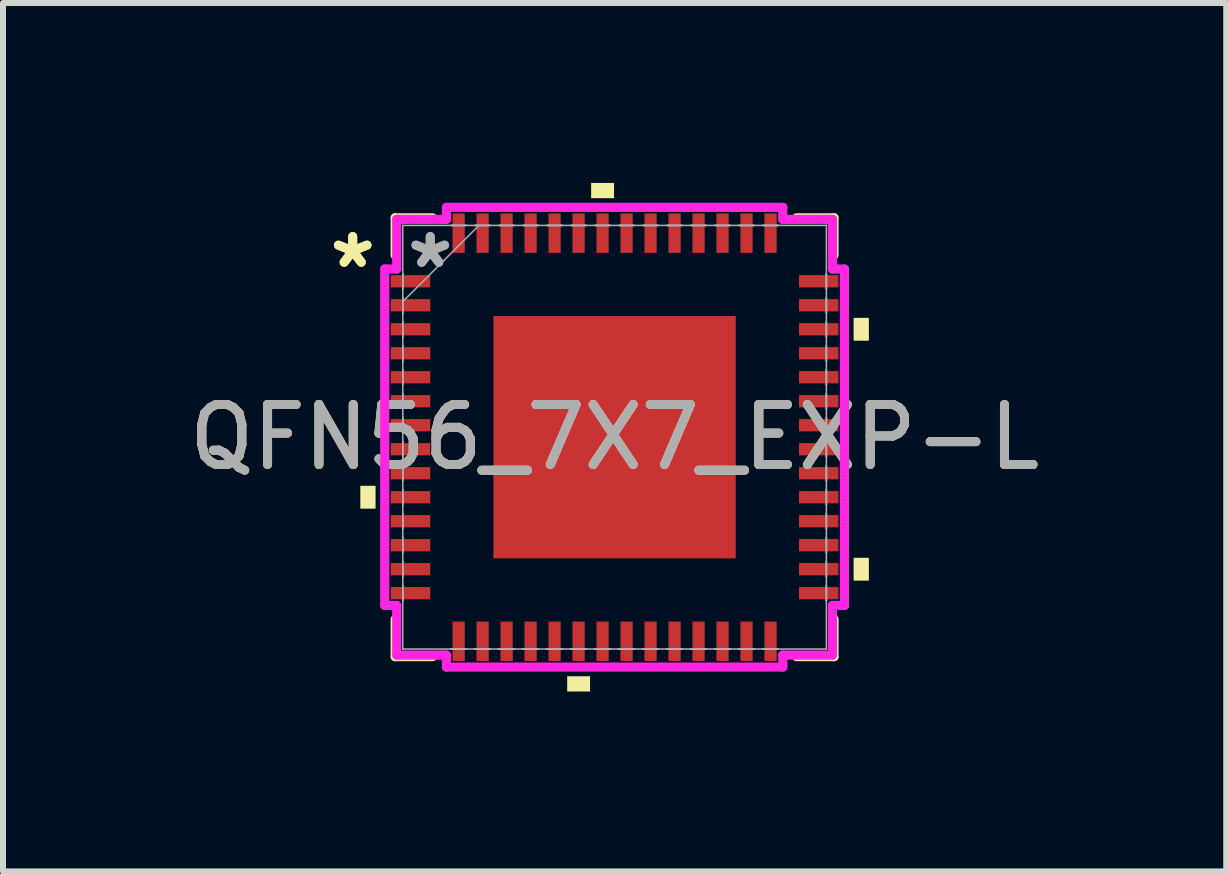
<source format=kicad_pcb>
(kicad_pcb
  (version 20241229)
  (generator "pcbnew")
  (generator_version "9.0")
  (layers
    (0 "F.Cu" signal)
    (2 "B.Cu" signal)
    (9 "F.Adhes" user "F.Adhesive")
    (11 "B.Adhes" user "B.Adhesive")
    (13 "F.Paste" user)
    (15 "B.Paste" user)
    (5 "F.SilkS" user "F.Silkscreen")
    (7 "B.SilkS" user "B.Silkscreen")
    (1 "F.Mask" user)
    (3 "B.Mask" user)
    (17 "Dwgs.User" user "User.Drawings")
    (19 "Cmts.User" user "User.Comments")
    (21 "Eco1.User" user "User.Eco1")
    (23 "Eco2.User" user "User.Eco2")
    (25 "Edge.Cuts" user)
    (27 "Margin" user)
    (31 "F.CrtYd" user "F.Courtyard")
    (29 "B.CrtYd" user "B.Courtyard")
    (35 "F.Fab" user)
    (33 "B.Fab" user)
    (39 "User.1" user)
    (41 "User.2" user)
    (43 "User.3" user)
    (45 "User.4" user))
  (footprint "QFN56_7X7_EXP-L"
    (layer "F.Cu")
    (at 7.196 4.239)
    (property "Reference" "QFN56_7X7_EXP-L" (at 0 0 0) (unlocked yes) (layer "F.SilkS") (effects (font (size 1 1) (thickness 0.15))))
    (attr smd)
    (fp_line (start -3.658 -3.658) (end -3.658 -3.035) (stroke (width 0.152) (type solid)) (layer "F.SilkS"))
    (fp_line (start -3.658 3.035) (end -3.658 3.658) (stroke (width 0.152) (type solid)) (layer "F.SilkS"))
    (fp_line (start -3.658 3.658) (end -3.035 3.658) (stroke (width 0.152) (type solid)) (layer "F.SilkS"))
    (fp_line (start -3.035 -3.658) (end -3.658 -3.658) (stroke (width 0.152) (type solid)) (layer "F.SilkS"))
    (fp_line (start 3.035 3.658) (end 3.658 3.658) (stroke (width 0.152) (type solid)) (layer "F.SilkS"))
    (fp_line (start 3.658 -3.658) (end 3.035 -3.658) (stroke (width 0.152) (type solid)) (layer "F.SilkS"))
    (fp_line (start 3.658 -3.035) (end 3.658 -3.658) (stroke (width 0.152) (type solid)) (layer "F.SilkS"))
    (fp_line (start 3.658 3.658) (end 3.658 3.035) (stroke (width 0.152) (type solid)) (layer "F.SilkS"))
    (fp_poly (pts (xy -4.239 0.81) (xy -4.239 1.191) (xy -3.985 1.191) (xy -3.985 0.81)) (stroke (width 0) (type solid)) (fill yes) (layer "F.SilkS"))
    (fp_poly (pts (xy -0.79 3.985) (xy -0.79 4.239) (xy -0.409 4.239) (xy -0.409 3.985)) (stroke (width 0) (type solid)) (fill yes) (layer "F.SilkS"))
    (fp_poly (pts (xy -0.391 -3.985) (xy -0.391 -4.239) (xy -0.009 -4.239) (xy -0.009 -3.985)) (stroke (width 0) (type solid)) (fill yes) (layer "F.SilkS"))
    (fp_poly (pts (xy 4.239 -1.99) (xy 4.239 -1.609) (xy 3.985 -1.609) (xy 3.985 -1.99)) (stroke (width 0) (type solid)) (fill yes) (layer "F.SilkS"))
    (fp_poly (pts (xy 4.239 2.01) (xy 4.239 2.391) (xy 3.985 2.391) (xy 3.985 2.01)) (stroke (width 0) (type solid)) (fill yes) (layer "F.SilkS"))
    (fp_poly (pts (xy -1.919 -1.919) (xy -1.919 -0.773) (xy -0.773 -0.773) (xy -0.773 -1.919)) (stroke (width 0) (type solid)) (fill yes) (layer "F.Paste"))
    (fp_poly (pts (xy -1.919 -0.573) (xy -1.919 0.573) (xy -0.773 0.573) (xy -0.773 -0.573)) (stroke (width 0) (type solid)) (fill yes) (layer "F.Paste"))
    (fp_poly (pts (xy -1.919 0.773) (xy -1.919 1.919) (xy -0.773 1.919) (xy -0.773 0.773)) (stroke (width 0) (type solid)) (fill yes) (layer "F.Paste"))
    (fp_poly (pts (xy -0.573 -1.919) (xy -0.573 -0.773) (xy 0.573 -0.773) (xy 0.573 -1.919)) (stroke (width 0) (type solid)) (fill yes) (layer "F.Paste"))
    (fp_poly (pts (xy -0.573 -0.573) (xy -0.573 0.573) (xy 0.573 0.573) (xy 0.573 -0.573)) (stroke (width 0) (type solid)) (fill yes) (layer "F.Paste"))
    (fp_poly (pts (xy -0.573 0.773) (xy -0.573 1.919) (xy 0.573 1.919) (xy 0.573 0.773)) (stroke (width 0) (type solid)) (fill yes) (layer "F.Paste"))
    (fp_poly (pts (xy 0.773 -1.919) (xy 0.773 -0.773) (xy 1.919 -0.773) (xy 1.919 -1.919)) (stroke (width 0) (type solid)) (fill yes) (layer "F.Paste"))
    (fp_poly (pts (xy 0.773 -0.573) (xy 0.773 0.573) (xy 1.919 0.573) (xy 1.919 -0.573)) (stroke (width 0) (type solid)) (fill yes) (layer "F.Paste"))
    (fp_poly (pts (xy 0.773 0.773) (xy 0.773 1.919) (xy 1.919 1.919) (xy 1.919 0.773)) (stroke (width 0) (type solid)) (fill yes) (layer "F.Paste"))
    (fp_line (start -3.832 -2.804) (end -3.632 -2.804) (stroke (width 0.152) (type solid)) (layer "F.CrtYd"))
    (fp_line (start -3.832 2.804) (end -3.832 -2.804) (stroke (width 0.152) (type solid)) (layer "F.CrtYd"))
    (fp_line (start -3.632 -3.632) (end -2.804 -3.632) (stroke (width 0.152) (type solid)) (layer "F.CrtYd"))
    (fp_line (start -3.632 -2.804) (end -3.632 -3.632) (stroke (width 0.152) (type solid)) (layer "F.CrtYd"))
    (fp_line (start -3.632 2.804) (end -3.832 2.804) (stroke (width 0.152) (type solid)) (layer "F.CrtYd"))
    (fp_line (start -3.632 3.632) (end -3.632 2.804) (stroke (width 0.152) (type solid)) (layer "F.CrtYd"))
    (fp_line (start -2.804 -3.832) (end 2.804 -3.832) (stroke (width 0.152) (type solid)) (layer "F.CrtYd"))
    (fp_line (start -2.804 -3.632) (end -2.804 -3.832) (stroke (width 0.152) (type solid)) (layer "F.CrtYd"))
    (fp_line (start -2.804 3.632) (end -3.632 3.632) (stroke (width 0.152) (type solid)) (layer "F.CrtYd"))
    (fp_line (start -2.804 3.832) (end -2.804 3.632) (stroke (width 0.152) (type solid)) (layer "F.CrtYd"))
    (fp_line (start 2.804 -3.832) (end 2.804 -3.632) (stroke (width 0.152) (type solid)) (layer "F.CrtYd"))
    (fp_line (start 2.804 -3.632) (end 3.632 -3.632) (stroke (width 0.152) (type solid)) (layer "F.CrtYd"))
    (fp_line (start 2.804 3.632) (end 2.804 3.832) (stroke (width 0.152) (type solid)) (layer "F.CrtYd"))
    (fp_line (start 2.804 3.832) (end -2.804 3.832) (stroke (width 0.152) (type solid)) (layer "F.CrtYd"))
    (fp_line (start 3.632 -3.632) (end 3.632 -2.804) (stroke (width 0.152) (type solid)) (layer "F.CrtYd"))
    (fp_line (start 3.632 -2.804) (end 3.832 -2.804) (stroke (width 0.152) (type solid)) (layer "F.CrtYd"))
    (fp_line (start 3.632 2.804) (end 3.632 3.632) (stroke (width 0.152) (type solid)) (layer "F.CrtYd"))
    (fp_line (start 3.632 3.632) (end 2.804 3.632) (stroke (width 0.152) (type solid)) (layer "F.CrtYd"))
    (fp_line (start 3.832 -2.804) (end 3.832 2.804) (stroke (width 0.152) (type solid)) (layer "F.CrtYd"))
    (fp_line (start 3.832 2.804) (end 3.632 2.804) (stroke (width 0.152) (type solid)) (layer "F.CrtYd"))
    (fp_line (start -3.531 -3.531) (end -3.531 -3.531) (stroke (width 0.025) (type solid)) (layer "F.Fab"))
    (fp_line (start -3.531 -3.531) (end -3.531 3.531) (stroke (width 0.025) (type solid)) (layer "F.Fab"))
    (fp_line (start -3.531 -2.727) (end -3.531 -2.727) (stroke (width 0.025) (type solid)) (layer "F.Fab"))
    (fp_line (start -3.531 -2.727) (end -3.531 -2.473) (stroke (width 0.025) (type solid)) (layer "F.Fab"))
    (fp_line (start -3.531 -2.473) (end -3.531 -2.727) (stroke (width 0.025) (type solid)) (layer "F.Fab"))
    (fp_line (start -3.531 -2.473) (end -3.531 -2.473) (stroke (width 0.025) (type solid)) (layer "F.Fab"))
    (fp_line (start -3.531 -2.327) (end -3.531 -2.327) (stroke (width 0.025) (type solid)) (layer "F.Fab"))
    (fp_line (start -3.531 -2.327) (end -3.531 -2.073) (stroke (width 0.025) (type solid)) (layer "F.Fab"))
    (fp_line (start -3.531 -2.261) (end -2.261 -3.531) (stroke (width 0.025) (type solid)) (layer "F.Fab"))
    (fp_line (start -3.531 -2.073) (end -3.531 -2.327) (stroke (width 0.025) (type solid)) (layer "F.Fab"))
    (fp_line (start -3.531 -2.073) (end -3.531 -2.073) (stroke (width 0.025) (type solid)) (layer "F.Fab"))
    (fp_line (start -3.531 -1.927) (end -3.531 -1.927) (stroke (width 0.025) (type solid)) (layer "F.Fab"))
    (fp_line (start -3.531 -1.927) (end -3.531 -1.673) (stroke (width 0.025) (type solid)) (layer "F.Fab"))
    (fp_line (start -3.531 -1.673) (end -3.531 -1.927) (stroke (width 0.025) (type solid)) (layer "F.Fab"))
    (fp_line (start -3.531 -1.673) (end -3.531 -1.673) (stroke (width 0.025) (type solid)) (layer "F.Fab"))
    (fp_line (start -3.531 -1.527) (end -3.531 -1.527) (stroke (width 0.025) (type solid)) (layer "F.Fab"))
    (fp_line (start -3.531 -1.527) (end -3.531 -1.273) (stroke (width 0.025) (type solid)) (layer "F.Fab"))
    (fp_line (start -3.531 -1.273) (end -3.531 -1.527) (stroke (width 0.025) (type solid)) (layer "F.Fab"))
    (fp_line (start -3.531 -1.273) (end -3.531 -1.273) (stroke (width 0.025) (type solid)) (layer "F.Fab"))
    (fp_line (start -3.531 -1.127) (end -3.531 -1.127) (stroke (width 0.025) (type solid)) (layer "F.Fab"))
    (fp_line (start -3.531 -1.127) (end -3.531 -0.873) (stroke (width 0.025) (type solid)) (layer "F.Fab"))
    (fp_line (start -3.531 -0.873) (end -3.531 -1.127) (stroke (width 0.025) (type solid)) (layer "F.Fab"))
    (fp_line (start -3.531 -0.873) (end -3.531 -0.873) (stroke (width 0.025) (type solid)) (layer "F.Fab"))
    (fp_line (start -3.531 -0.727) (end -3.531 -0.727) (stroke (width 0.025) (type solid)) (layer "F.Fab"))
    (fp_line (start -3.531 -0.727) (end -3.531 -0.473) (stroke (width 0.025) (type solid)) (layer "F.Fab"))
    (fp_line (start -3.531 -0.473) (end -3.531 -0.727) (stroke (width 0.025) (type solid)) (layer "F.Fab"))
    (fp_line (start -3.531 -0.473) (end -3.531 -0.473) (stroke (width 0.025) (type solid)) (layer "F.Fab"))
    (fp_line (start -3.531 -0.327) (end -3.531 -0.327) (stroke (width 0.025) (type solid)) (layer "F.Fab"))
    (fp_line (start -3.531 -0.327) (end -3.531 -0.073) (stroke (width 0.025) (type solid)) (layer "F.Fab"))
    (fp_line (start -3.531 -0.073) (end -3.531 -0.327) (stroke (width 0.025) (type solid)) (layer "F.Fab"))
    (fp_line (start -3.531 -0.073) (end -3.531 -0.073) (stroke (width 0.025) (type solid)) (layer "F.Fab"))
    (fp_line (start -3.531 0.073) (end -3.531 0.073) (stroke (width 0.025) (type solid)) (layer "F.Fab"))
    (fp_line (start -3.531 0.073) (end -3.531 0.327) (stroke (width 0.025) (type solid)) (layer "F.Fab"))
    (fp_line (start -3.531 0.327) (end -3.531 0.073) (stroke (width 0.025) (type solid)) (layer "F.Fab"))
    (fp_line (start -3.531 0.327) (end -3.531 0.327) (stroke (width 0.025) (type solid)) (layer "F.Fab"))
    (fp_line (start -3.531 0.473) (end -3.531 0.473) (stroke (width 0.025) (type solid)) (layer "F.Fab"))
    (fp_line (start -3.531 0.473) (end -3.531 0.727) (stroke (width 0.025) (type solid)) (layer "F.Fab"))
    (fp_line (start -3.531 0.727) (end -3.531 0.473) (stroke (width 0.025) (type solid)) (layer "F.Fab"))
    (fp_line (start -3.531 0.727) (end -3.531 0.727) (stroke (width 0.025) (type solid)) (layer "F.Fab"))
    (fp_line (start -3.531 0.873) (end -3.531 0.873) (stroke (width 0.025) (type solid)) (layer "F.Fab"))
    (fp_line (start -3.531 0.873) (end -3.531 1.127) (stroke (width 0.025) (type solid)) (layer "F.Fab"))
    (fp_line (start -3.531 1.127) (end -3.531 0.873) (stroke (width 0.025) (type solid)) (layer "F.Fab"))
    (fp_line (start -3.531 1.127) (end -3.531 1.127) (stroke (width 0.025) (type solid)) (layer "F.Fab"))
    (fp_line (start -3.531 1.273) (end -3.531 1.273) (stroke (width 0.025) (type solid)) (layer "F.Fab"))
    (fp_line (start -3.531 1.273) (end -3.531 1.527) (stroke (width 0.025) (type solid)) (layer "F.Fab"))
    (fp_line (start -3.531 1.527) (end -3.531 1.273) (stroke (width 0.025) (type solid)) (layer "F.Fab"))
    (fp_line (start -3.531 1.527) (end -3.531 1.527) (stroke (width 0.025) (type solid)) (layer "F.Fab"))
    (fp_line (start -3.531 1.673) (end -3.531 1.673) (stroke (width 0.025) (type solid)) (layer "F.Fab"))
    (fp_line (start -3.531 1.673) (end -3.531 1.927) (stroke (width 0.025) (type solid)) (layer "F.Fab"))
    (fp_line (start -3.531 1.927) (end -3.531 1.673) (stroke (width 0.025) (type solid)) (layer "F.Fab"))
    (fp_line (start -3.531 1.927) (end -3.531 1.927) (stroke (width 0.025) (type solid)) (layer "F.Fab"))
    (fp_line (start -3.531 2.073) (end -3.531 2.073) (stroke (width 0.025) (type solid)) (layer "F.Fab"))
    (fp_line (start -3.531 2.073) (end -3.531 2.327) (stroke (width 0.025) (type solid)) (layer "F.Fab"))
    (fp_line (start -3.531 2.327) (end -3.531 2.073) (stroke (width 0.025) (type solid)) (layer "F.Fab"))
    (fp_line (start -3.531 2.327) (end -3.531 2.327) (stroke (width 0.025) (type solid)) (layer "F.Fab"))
    (fp_line (start -3.531 2.473) (end -3.531 2.473) (stroke (width 0.025) (type solid)) (layer "F.Fab"))
    (fp_line (start -3.531 2.473) (end -3.531 2.727) (stroke (width 0.025) (type solid)) (layer "F.Fab"))
    (fp_line (start -3.531 2.727) (end -3.531 2.473) (stroke (width 0.025) (type solid)) (layer "F.Fab"))
    (fp_line (start -3.531 2.727) (end -3.531 2.727) (stroke (width 0.025) (type solid)) (layer "F.Fab"))
    (fp_line (start -3.531 3.531) (end -3.531 3.531) (stroke (width 0.025) (type solid)) (layer "F.Fab"))
    (fp_line (start -3.531 3.531) (end 3.531 3.531) (stroke (width 0.025) (type solid)) (layer "F.Fab"))
    (fp_line (start -2.727 -3.531) (end -2.727 -3.531) (stroke (width 0.025) (type solid)) (layer "F.Fab"))
    (fp_line (start -2.727 -3.531) (end -2.473 -3.531) (stroke (width 0.025) (type solid)) (layer "F.Fab"))
    (fp_line (start -2.727 3.531) (end -2.727 3.531) (stroke (width 0.025) (type solid)) (layer "F.Fab"))
    (fp_line (start -2.727 3.531) (end -2.473 3.531) (stroke (width 0.025) (type solid)) (layer "F.Fab"))
    (fp_line (start -2.473 -3.531) (end -2.727 -3.531) (stroke (width 0.025) (type solid)) (layer "F.Fab"))
    (fp_line (start -2.473 -3.531) (end -2.473 -3.531) (stroke (width 0.025) (type solid)) (layer "F.Fab"))
    (fp_line (start -2.473 3.531) (end -2.727 3.531) (stroke (width 0.025) (type solid)) (layer "F.Fab"))
    (fp_line (start -2.473 3.531) (end -2.473 3.531) (stroke (width 0.025) (type solid)) (layer "F.Fab"))
    (fp_line (start -2.327 -3.531) (end -2.327 -3.531) (stroke (width 0.025) (type solid)) (layer "F.Fab"))
    (fp_line (start -2.327 -3.531) (end -2.073 -3.531) (stroke (width 0.025) (type solid)) (layer "F.Fab"))
    (fp_line (start -2.327 3.531) (end -2.327 3.531) (stroke (width 0.025) (type solid)) (layer "F.Fab"))
    (fp_line (start -2.327 3.531) (end -2.073 3.531) (stroke (width 0.025) (type solid)) (layer "F.Fab"))
    (fp_line (start -2.073 -3.531) (end -2.327 -3.531) (stroke (width 0.025) (type solid)) (layer "F.Fab"))
    (fp_line (start -2.073 -3.531) (end -2.073 -3.531) (stroke (width 0.025) (type solid)) (layer "F.Fab"))
    (fp_line (start -2.073 3.531) (end -2.327 3.531) (stroke (width 0.025) (type solid)) (layer "F.Fab"))
    (fp_line (start -2.073 3.531) (end -2.073 3.531) (stroke (width 0.025) (type solid)) (layer "F.Fab"))
    (fp_line (start -1.927 -3.531) (end -1.927 -3.531) (stroke (width 0.025) (type solid)) (layer "F.Fab"))
    (fp_line (start -1.927 -3.531) (end -1.673 -3.531) (stroke (width 0.025) (type solid)) (layer "F.Fab"))
    (fp_line (start -1.927 3.531) (end -1.927 3.531) (stroke (width 0.025) (type solid)) (layer "F.Fab"))
    (fp_line (start -1.927 3.531) (end -1.673 3.531) (stroke (width 0.025) (type solid)) (layer "F.Fab"))
    (fp_line (start -1.673 -3.531) (end -1.927 -3.531) (stroke (width 0.025) (type solid)) (layer "F.Fab"))
    (fp_line (start -1.673 -3.531) (end -1.673 -3.531) (stroke (width 0.025) (type solid)) (layer "F.Fab"))
    (fp_line (start -1.673 3.531) (end -1.927 3.531) (stroke (width 0.025) (type solid)) (layer "F.Fab"))
    (fp_line (start -1.673 3.531) (end -1.673 3.531) (stroke (width 0.025) (type solid)) (layer "F.Fab"))
    (fp_line (start -1.527 -3.531) (end -1.527 -3.531) (stroke (width 0.025) (type solid)) (layer "F.Fab"))
    (fp_line (start -1.527 -3.531) (end -1.273 -3.531) (stroke (width 0.025) (type solid)) (layer "F.Fab"))
    (fp_line (start -1.527 3.531) (end -1.527 3.531) (stroke (width 0.025) (type solid)) (layer "F.Fab"))
    (fp_line (start -1.527 3.531) (end -1.273 3.531) (stroke (width 0.025) (type solid)) (layer "F.Fab"))
    (fp_line (start -1.273 -3.531) (end -1.527 -3.531) (stroke (width 0.025) (type solid)) (layer "F.Fab"))
    (fp_line (start -1.273 -3.531) (end -1.273 -3.531) (stroke (width 0.025) (type solid)) (layer "F.Fab"))
    (fp_line (start -1.273 3.531) (end -1.527 3.531) (stroke (width 0.025) (type solid)) (layer "F.Fab"))
    (fp_line (start -1.273 3.531) (end -1.273 3.531) (stroke (width 0.025) (type solid)) (layer "F.Fab"))
    (fp_line (start -1.127 -3.531) (end -1.127 -3.531) (stroke (width 0.025) (type solid)) (layer "F.Fab"))
    (fp_line (start -1.127 -3.531) (end -0.873 -3.531) (stroke (width 0.025) (type solid)) (layer "F.Fab"))
    (fp_line (start -1.127 3.531) (end -1.127 3.531) (stroke (width 0.025) (type solid)) (layer "F.Fab"))
    (fp_line (start -1.127 3.531) (end -0.873 3.531) (stroke (width 0.025) (type solid)) (layer "F.Fab"))
    (fp_line (start -0.873 -3.531) (end -1.127 -3.531) (stroke (width 0.025) (type solid)) (layer "F.Fab"))
    (fp_line (start -0.873 -3.531) (end -0.873 -3.531) (stroke (width 0.025) (type solid)) (layer "F.Fab"))
    (fp_line (start -0.873 3.531) (end -1.127 3.531) (stroke (width 0.025) (type solid)) (layer "F.Fab"))
    (fp_line (start -0.873 3.531) (end -0.873 3.531) (stroke (width 0.025) (type solid)) (layer "F.Fab"))
    (fp_line (start -0.727 -3.531) (end -0.727 -3.531) (stroke (width 0.025) (type solid)) (layer "F.Fab"))
    (fp_line (start -0.727 -3.531) (end -0.473 -3.531) (stroke (width 0.025) (type solid)) (layer "F.Fab"))
    (fp_line (start -0.727 3.531) (end -0.727 3.531) (stroke (width 0.025) (type solid)) (layer "F.Fab"))
    (fp_line (start -0.727 3.531) (end -0.473 3.531) (stroke (width 0.025) (type solid)) (layer "F.Fab"))
    (fp_line (start -0.473 -3.531) (end -0.727 -3.531) (stroke (width 0.025) (type solid)) (layer "F.Fab"))
    (fp_line (start -0.473 -3.531) (end -0.473 -3.531) (stroke (width 0.025) (type solid)) (layer "F.Fab"))
    (fp_line (start -0.473 3.531) (end -0.727 3.531) (stroke (width 0.025) (type solid)) (layer "F.Fab"))
    (fp_line (start -0.473 3.531) (end -0.473 3.531) (stroke (width 0.025) (type solid)) (layer "F.Fab"))
    (fp_line (start -0.327 -3.531) (end -0.327 -3.531) (stroke (width 0.025) (type solid)) (layer "F.Fab"))
    (fp_line (start -0.327 -3.531) (end -0.073 -3.531) (stroke (width 0.025) (type solid)) (layer "F.Fab"))
    (fp_line (start -0.327 3.531) (end -0.327 3.531) (stroke (width 0.025) (type solid)) (layer "F.Fab"))
    (fp_line (start -0.327 3.531) (end -0.073 3.531) (stroke (width 0.025) (type solid)) (layer "F.Fab"))
    (fp_line (start -0.073 -3.531) (end -0.327 -3.531) (stroke (width 0.025) (type solid)) (layer "F.Fab"))
    (fp_line (start -0.073 -3.531) (end -0.073 -3.531) (stroke (width 0.025) (type solid)) (layer "F.Fab"))
    (fp_line (start -0.073 3.531) (end -0.327 3.531) (stroke (width 0.025) (type solid)) (layer "F.Fab"))
    (fp_line (start -0.073 3.531) (end -0.073 3.531) (stroke (width 0.025) (type solid)) (layer "F.Fab"))
    (fp_line (start 0.073 -3.531) (end 0.073 -3.531) (stroke (width 0.025) (type solid)) (layer "F.Fab"))
    (fp_line (start 0.073 -3.531) (end 0.327 -3.531) (stroke (width 0.025) (type solid)) (layer "F.Fab"))
    (fp_line (start 0.073 3.531) (end 0.073 3.531) (stroke (width 0.025) (type solid)) (layer "F.Fab"))
    (fp_line (start 0.073 3.531) (end 0.327 3.531) (stroke (width 0.025) (type solid)) (layer "F.Fab"))
    (fp_line (start 0.327 -3.531) (end 0.073 -3.531) (stroke (width 0.025) (type solid)) (layer "F.Fab"))
    (fp_line (start 0.327 -3.531) (end 0.327 -3.531) (stroke (width 0.025) (type solid)) (layer "F.Fab"))
    (fp_line (start 0.327 3.531) (end 0.073 3.531) (stroke (width 0.025) (type solid)) (layer "F.Fab"))
    (fp_line (start 0.327 3.531) (end 0.327 3.531) (stroke (width 0.025) (type solid)) (layer "F.Fab"))
    (fp_line (start 0.473 -3.531) (end 0.473 -3.531) (stroke (width 0.025) (type solid)) (layer "F.Fab"))
    (fp_line (start 0.473 -3.531) (end 0.727 -3.531) (stroke (width 0.025) (type solid)) (layer "F.Fab"))
    (fp_line (start 0.473 3.531) (end 0.473 3.531) (stroke (width 0.025) (type solid)) (layer "F.Fab"))
    (fp_line (start 0.473 3.531) (end 0.727 3.531) (stroke (width 0.025) (type solid)) (layer "F.Fab"))
    (fp_line (start 0.727 -3.531) (end 0.473 -3.531) (stroke (width 0.025) (type solid)) (layer "F.Fab"))
    (fp_line (start 0.727 -3.531) (end 0.727 -3.531) (stroke (width 0.025) (type solid)) (layer "F.Fab"))
    (fp_line (start 0.727 3.531) (end 0.473 3.531) (stroke (width 0.025) (type solid)) (layer "F.Fab"))
    (fp_line (start 0.727 3.531) (end 0.727 3.531) (stroke (width 0.025) (type solid)) (layer "F.Fab"))
    (fp_line (start 0.873 -3.531) (end 0.873 -3.531) (stroke (width 0.025) (type solid)) (layer "F.Fab"))
    (fp_line (start 0.873 -3.531) (end 1.127 -3.531) (stroke (width 0.025) (type solid)) (layer "F.Fab"))
    (fp_line (start 0.873 3.531) (end 0.873 3.531) (stroke (width 0.025) (type solid)) (layer "F.Fab"))
    (fp_line (start 0.873 3.531) (end 1.127 3.531) (stroke (width 0.025) (type solid)) (layer "F.Fab"))
    (fp_line (start 1.127 -3.531) (end 0.873 -3.531) (stroke (width 0.025) (type solid)) (layer "F.Fab"))
    (fp_line (start 1.127 -3.531) (end 1.127 -3.531) (stroke (width 0.025) (type solid)) (layer "F.Fab"))
    (fp_line (start 1.127 3.531) (end 0.873 3.531) (stroke (width 0.025) (type solid)) (layer "F.Fab"))
    (fp_line (start 1.127 3.531) (end 1.127 3.531) (stroke (width 0.025) (type solid)) (layer "F.Fab"))
    (fp_line (start 1.273 -3.531) (end 1.273 -3.531) (stroke (width 0.025) (type solid)) (layer "F.Fab"))
    (fp_line (start 1.273 -3.531) (end 1.527 -3.531) (stroke (width 0.025) (type solid)) (layer "F.Fab"))
    (fp_line (start 1.273 3.531) (end 1.273 3.531) (stroke (width 0.025) (type solid)) (layer "F.Fab"))
    (fp_line (start 1.273 3.531) (end 1.527 3.531) (stroke (width 0.025) (type solid)) (layer "F.Fab"))
    (fp_line (start 1.527 -3.531) (end 1.273 -3.531) (stroke (width 0.025) (type solid)) (layer "F.Fab"))
    (fp_line (start 1.527 -3.531) (end 1.527 -3.531) (stroke (width 0.025) (type solid)) (layer "F.Fab"))
    (fp_line (start 1.527 3.531) (end 1.273 3.531) (stroke (width 0.025) (type solid)) (layer "F.Fab"))
    (fp_line (start 1.527 3.531) (end 1.527 3.531) (stroke (width 0.025) (type solid)) (layer "F.Fab"))
    (fp_line (start 1.673 -3.531) (end 1.673 -3.531) (stroke (width 0.025) (type solid)) (layer "F.Fab"))
    (fp_line (start 1.673 -3.531) (end 1.927 -3.531) (stroke (width 0.025) (type solid)) (layer "F.Fab"))
    (fp_line (start 1.673 3.531) (end 1.673 3.531) (stroke (width 0.025) (type solid)) (layer "F.Fab"))
    (fp_line (start 1.673 3.531) (end 1.927 3.531) (stroke (width 0.025) (type solid)) (layer "F.Fab"))
    (fp_line (start 1.927 -3.531) (end 1.673 -3.531) (stroke (width 0.025) (type solid)) (layer "F.Fab"))
    (fp_line (start 1.927 -3.531) (end 1.927 -3.531) (stroke (width 0.025) (type solid)) (layer "F.Fab"))
    (fp_line (start 1.927 3.531) (end 1.673 3.531) (stroke (width 0.025) (type solid)) (layer "F.Fab"))
    (fp_line (start 1.927 3.531) (end 1.927 3.531) (stroke (width 0.025) (type solid)) (layer "F.Fab"))
    (fp_line (start 2.073 -3.531) (end 2.073 -3.531) (stroke (width 0.025) (type solid)) (layer "F.Fab"))
    (fp_line (start 2.073 -3.531) (end 2.327 -3.531) (stroke (width 0.025) (type solid)) (layer "F.Fab"))
    (fp_line (start 2.073 3.531) (end 2.073 3.531) (stroke (width 0.025) (type solid)) (layer "F.Fab"))
    (fp_line (start 2.073 3.531) (end 2.327 3.531) (stroke (width 0.025) (type solid)) (layer "F.Fab"))
    (fp_line (start 2.327 -3.531) (end 2.073 -3.531) (stroke (width 0.025) (type solid)) (layer "F.Fab"))
    (fp_line (start 2.327 -3.531) (end 2.327 -3.531) (stroke (width 0.025) (type solid)) (layer "F.Fab"))
    (fp_line (start 2.327 3.531) (end 2.073 3.531) (stroke (width 0.025) (type solid)) (layer "F.Fab"))
    (fp_line (start 2.327 3.531) (end 2.327 3.531) (stroke (width 0.025) (type solid)) (layer "F.Fab"))
    (fp_line (start 2.473 -3.531) (end 2.473 -3.531) (stroke (width 0.025) (type solid)) (layer "F.Fab"))
    (fp_line (start 2.473 -3.531) (end 2.727 -3.531) (stroke (width 0.025) (type solid)) (layer "F.Fab"))
    (fp_line (start 2.473 3.531) (end 2.473 3.531) (stroke (width 0.025) (type solid)) (layer "F.Fab"))
    (fp_line (start 2.473 3.531) (end 2.727 3.531) (stroke (width 0.025) (type solid)) (layer "F.Fab"))
    (fp_line (start 2.727 -3.531) (end 2.473 -3.531) (stroke (width 0.025) (type solid)) (layer "F.Fab"))
    (fp_line (start 2.727 -3.531) (end 2.727 -3.531) (stroke (width 0.025) (type solid)) (layer "F.Fab"))
    (fp_line (start 2.727 3.531) (end 2.473 3.531) (stroke (width 0.025) (type solid)) (layer "F.Fab"))
    (fp_line (start 2.727 3.531) (end 2.727 3.531) (stroke (width 0.025) (type solid)) (layer "F.Fab"))
    (fp_line (start 3.531 -3.531) (end -3.531 -3.531) (stroke (width 0.025) (type solid)) (layer "F.Fab"))
    (fp_line (start 3.531 -3.531) (end 3.531 -3.531) (stroke (width 0.025) (type solid)) (layer "F.Fab"))
    (fp_line (start 3.531 -2.727) (end 3.531 -2.727) (stroke (width 0.025) (type solid)) (layer "F.Fab"))
    (fp_line (start 3.531 -2.727) (end 3.531 -2.473) (stroke (width 0.025) (type solid)) (layer "F.Fab"))
    (fp_line (start 3.531 -2.473) (end 3.531 -2.727) (stroke (width 0.025) (type solid)) (layer "F.Fab"))
    (fp_line (start 3.531 -2.473) (end 3.531 -2.473) (stroke (width 0.025) (type solid)) (layer "F.Fab"))
    (fp_line (start 3.531 -2.327) (end 3.531 -2.327) (stroke (width 0.025) (type solid)) (layer "F.Fab"))
    (fp_line (start 3.531 -2.327) (end 3.531 -2.073) (stroke (width 0.025) (type solid)) (layer "F.Fab"))
    (fp_line (start 3.531 -2.073) (end 3.531 -2.327) (stroke (width 0.025) (type solid)) (layer "F.Fab"))
    (fp_line (start 3.531 -2.073) (end 3.531 -2.073) (stroke (width 0.025) (type solid)) (layer "F.Fab"))
    (fp_line (start 3.531 -1.927) (end 3.531 -1.927) (stroke (width 0.025) (type solid)) (layer "F.Fab"))
    (fp_line (start 3.531 -1.927) (end 3.531 -1.673) (stroke (width 0.025) (type solid)) (layer "F.Fab"))
    (fp_line (start 3.531 -1.673) (end 3.531 -1.927) (stroke (width 0.025) (type solid)) (layer "F.Fab"))
    (fp_line (start 3.531 -1.673) (end 3.531 -1.673) (stroke (width 0.025) (type solid)) (layer "F.Fab"))
    (fp_line (start 3.531 -1.527) (end 3.531 -1.527) (stroke (width 0.025) (type solid)) (layer "F.Fab"))
    (fp_line (start 3.531 -1.527) (end 3.531 -1.273) (stroke (width 0.025) (type solid)) (layer "F.Fab"))
    (fp_line (start 3.531 -1.273) (end 3.531 -1.527) (stroke (width 0.025) (type solid)) (layer "F.Fab"))
    (fp_line (start 3.531 -1.273) (end 3.531 -1.273) (stroke (width 0.025) (type solid)) (layer "F.Fab"))
    (fp_line (start 3.531 -1.127) (end 3.531 -1.127) (stroke (width 0.025) (type solid)) (layer "F.Fab"))
    (fp_line (start 3.531 -1.127) (end 3.531 -0.873) (stroke (width 0.025) (type solid)) (layer "F.Fab"))
    (fp_line (start 3.531 -0.873) (end 3.531 -1.127) (stroke (width 0.025) (type solid)) (layer "F.Fab"))
    (fp_line (start 3.531 -0.873) (end 3.531 -0.873) (stroke (width 0.025) (type solid)) (layer "F.Fab"))
    (fp_line (start 3.531 -0.727) (end 3.531 -0.727) (stroke (width 0.025) (type solid)) (layer "F.Fab"))
    (fp_line (start 3.531 -0.727) (end 3.531 -0.473) (stroke (width 0.025) (type solid)) (layer "F.Fab"))
    (fp_line (start 3.531 -0.473) (end 3.531 -0.727) (stroke (width 0.025) (type solid)) (layer "F.Fab"))
    (fp_line (start 3.531 -0.473) (end 3.531 -0.473) (stroke (width 0.025) (type solid)) (layer "F.Fab"))
    (fp_line (start 3.531 -0.327) (end 3.531 -0.327) (stroke (width 0.025) (type solid)) (layer "F.Fab"))
    (fp_line (start 3.531 -0.327) (end 3.531 -0.073) (stroke (width 0.025) (type solid)) (layer "F.Fab"))
    (fp_line (start 3.531 -0.073) (end 3.531 -0.327) (stroke (width 0.025) (type solid)) (layer "F.Fab"))
    (fp_line (start 3.531 -0.073) (end 3.531 -0.073) (stroke (width 0.025) (type solid)) (layer "F.Fab"))
    (fp_line (start 3.531 0.073) (end 3.531 0.073) (stroke (width 0.025) (type solid)) (layer "F.Fab"))
    (fp_line (start 3.531 0.073) (end 3.531 0.327) (stroke (width 0.025) (type solid)) (layer "F.Fab"))
    (fp_line (start 3.531 0.327) (end 3.531 0.073) (stroke (width 0.025) (type solid)) (layer "F.Fab"))
    (fp_line (start 3.531 0.327) (end 3.531 0.327) (stroke (width 0.025) (type solid)) (layer "F.Fab"))
    (fp_line (start 3.531 0.473) (end 3.531 0.473) (stroke (width 0.025) (type solid)) (layer "F.Fab"))
    (fp_line (start 3.531 0.473) (end 3.531 0.727) (stroke (width 0.025) (type solid)) (layer "F.Fab"))
    (fp_line (start 3.531 0.727) (end 3.531 0.473) (stroke (width 0.025) (type solid)) (layer "F.Fab"))
    (fp_line (start 3.531 0.727) (end 3.531 0.727) (stroke (width 0.025) (type solid)) (layer "F.Fab"))
    (fp_line (start 3.531 0.873) (end 3.531 0.873) (stroke (width 0.025) (type solid)) (layer "F.Fab"))
    (fp_line (start 3.531 0.873) (end 3.531 1.127) (stroke (width 0.025) (type solid)) (layer "F.Fab"))
    (fp_line (start 3.531 1.127) (end 3.531 0.873) (stroke (width 0.025) (type solid)) (layer "F.Fab"))
    (fp_line (start 3.531 1.127) (end 3.531 1.127) (stroke (width 0.025) (type solid)) (layer "F.Fab"))
    (fp_line (start 3.531 1.273) (end 3.531 1.273) (stroke (width 0.025) (type solid)) (layer "F.Fab"))
    (fp_line (start 3.531 1.273) (end 3.531 1.527) (stroke (width 0.025) (type solid)) (layer "F.Fab"))
    (fp_line (start 3.531 1.527) (end 3.531 1.273) (stroke (width 0.025) (type solid)) (layer "F.Fab"))
    (fp_line (start 3.531 1.527) (end 3.531 1.527) (stroke (width 0.025) (type solid)) (layer "F.Fab"))
    (fp_line (start 3.531 1.673) (end 3.531 1.673) (stroke (width 0.025) (type solid)) (layer "F.Fab"))
    (fp_line (start 3.531 1.673) (end 3.531 1.927) (stroke (width 0.025) (type solid)) (layer "F.Fab"))
    (fp_line (start 3.531 1.927) (end 3.531 1.673) (stroke (width 0.025) (type solid)) (layer "F.Fab"))
    (fp_line (start 3.531 1.927) (end 3.531 1.927) (stroke (width 0.025) (type solid)) (layer "F.Fab"))
    (fp_line (start 3.531 2.073) (end 3.531 2.073) (stroke (width 0.025) (type solid)) (layer "F.Fab"))
    (fp_line (start 3.531 2.073) (end 3.531 2.327) (stroke (width 0.025) (type solid)) (layer "F.Fab"))
    (fp_line (start 3.531 2.327) (end 3.531 2.073) (stroke (width 0.025) (type solid)) (layer "F.Fab"))
    (fp_line (start 3.531 2.327) (end 3.531 2.327) (stroke (width 0.025) (type solid)) (layer "F.Fab"))
    (fp_line (start 3.531 2.473) (end 3.531 2.473) (stroke (width 0.025) (type solid)) (layer "F.Fab"))
    (fp_line (start 3.531 2.473) (end 3.531 2.727) (stroke (width 0.025) (type solid)) (layer "F.Fab"))
    (fp_line (start 3.531 2.727) (end 3.531 2.473) (stroke (width 0.025) (type solid)) (layer "F.Fab"))
    (fp_line (start 3.531 2.727) (end 3.531 2.727) (stroke (width 0.025) (type solid)) (layer "F.Fab"))
    (fp_line (start 3.531 3.531) (end 3.531 -3.531) (stroke (width 0.025) (type solid)) (layer "F.Fab"))
    (fp_line (start 3.531 3.531) (end 3.531 3.531) (stroke (width 0.025) (type solid)) (layer "F.Fab"))
    (fp_text user "*" (at -4.366 -2.8 0) (unlocked yes) (layer "F.SilkS") (effects (font (size 1 1) (thickness 0.15))))
    (fp_text user "*" (at -4.366 -2.8 0) (layer "F.SilkS") (effects (font (size 1 1) (thickness 0.15))))
    (fp_text user "${REFERENCE}" (at 0 0 0) (unlocked yes) (layer "F.Fab") (effects (font (size 1 1) (thickness 0.15))))
    (fp_text user "*" (at -3.073 -2.8 0) (unlocked yes) (layer "F.Fab") (effects (font (size 1 1) (thickness 0.15))))
    (fp_text user "*" (at -3.073 -2.8 0) (layer "F.Fab") (effects (font (size 1 1) (thickness 0.15))))
    (pad "1" smd rect (at -3.402 -2.6 90) (size 0.204 0.657) (layers "F.Cu" "F.Mask" "F.Paste"))
    (pad "2" smd rect (at -3.402 -2.2 90) (size 0.204 0.657) (layers "F.Cu" "F.Mask" "F.Paste"))
    (pad "3" smd rect (at -3.402 -1.8 90) (size 0.204 0.657) (layers "F.Cu" "F.Mask" "F.Paste"))
    (pad "4" smd rect (at -3.402 -1.4 90) (size 0.204 0.657) (layers "F.Cu" "F.Mask" "F.Paste"))
    (pad "5" smd rect (at -3.402 -1 90) (size 0.204 0.657) (layers "F.Cu" "F.Mask" "F.Paste"))
    (pad "6" smd rect (at -3.402 -0.6 90) (size 0.204 0.657) (layers "F.Cu" "F.Mask" "F.Paste"))
    (pad "7" smd rect (at -3.402 -0.2 90) (size 0.204 0.657) (layers "F.Cu" "F.Mask" "F.Paste"))
    (pad "8" smd rect (at -3.402 0.2 90) (size 0.204 0.657) (layers "F.Cu" "F.Mask" "F.Paste"))
    (pad "9" smd rect (at -3.402 0.6 90) (size 0.204 0.657) (layers "F.Cu" "F.Mask" "F.Paste"))
    (pad "10" smd rect (at -3.402 1 90) (size 0.204 0.657) (layers "F.Cu" "F.Mask" "F.Paste"))
    (pad "11" smd rect (at -3.402 1.4 90) (size 0.204 0.657) (layers "F.Cu" "F.Mask" "F.Paste"))
    (pad "12" smd rect (at -3.402 1.8 90) (size 0.204 0.657) (layers "F.Cu" "F.Mask" "F.Paste"))
    (pad "13" smd rect (at -3.402 2.2 90) (size 0.204 0.657) (layers "F.Cu" "F.Mask" "F.Paste"))
    (pad "14" smd rect (at -3.402 2.6 90) (size 0.204 0.657) (layers "F.Cu" "F.Mask" "F.Paste"))
    (pad "15" smd rect (at -2.6 3.402) (size 0.204 0.657) (layers "F.Cu" "F.Mask" "F.Paste"))
    (pad "16" smd rect (at -2.2 3.402) (size 0.204 0.657) (layers "F.Cu" "F.Mask" "F.Paste"))
    (pad "17" smd rect (at -1.8 3.402) (size 0.204 0.657) (layers "F.Cu" "F.Mask" "F.Paste"))
    (pad "18" smd rect (at -1.4 3.402) (size 0.204 0.657) (layers "F.Cu" "F.Mask" "F.Paste"))
    (pad "19" smd rect (at -1 3.402) (size 0.204 0.657) (layers "F.Cu" "F.Mask" "F.Paste"))
    (pad "20" smd rect (at -0.6 3.402) (size 0.204 0.657) (layers "F.Cu" "F.Mask" "F.Paste"))
    (pad "21" smd rect (at -0.2 3.402) (size 0.204 0.657) (layers "F.Cu" "F.Mask" "F.Paste"))
    (pad "22" smd rect (at 0.2 3.402) (size 0.204 0.657) (layers "F.Cu" "F.Mask" "F.Paste"))
    (pad "23" smd rect (at 0.6 3.402) (size 0.204 0.657) (layers "F.Cu" "F.Mask" "F.Paste"))
    (pad "24" smd rect (at 1 3.402) (size 0.204 0.657) (layers "F.Cu" "F.Mask" "F.Paste"))
    (pad "25" smd rect (at 1.4 3.402) (size 0.204 0.657) (layers "F.Cu" "F.Mask" "F.Paste"))
    (pad "26" smd rect (at 1.8 3.402) (size 0.204 0.657) (layers "F.Cu" "F.Mask" "F.Paste"))
    (pad "27" smd rect (at 2.2 3.402) (size 0.204 0.657) (layers "F.Cu" "F.Mask" "F.Paste"))
    (pad "28" smd rect (at 2.6 3.402) (size 0.204 0.657) (layers "F.Cu" "F.Mask" "F.Paste"))
    (pad "29" smd rect (at 3.402 2.6 90) (size 0.204 0.657) (layers "F.Cu" "F.Mask" "F.Paste"))
    (pad "30" smd rect (at 3.402 2.2 90) (size 0.204 0.657) (layers "F.Cu" "F.Mask" "F.Paste"))
    (pad "31" smd rect (at 3.402 1.8 90) (size 0.204 0.657) (layers "F.Cu" "F.Mask" "F.Paste"))
    (pad "32" smd rect (at 3.402 1.4 90) (size 0.204 0.657) (layers "F.Cu" "F.Mask" "F.Paste"))
    (pad "33" smd rect (at 3.402 1 90) (size 0.204 0.657) (layers "F.Cu" "F.Mask" "F.Paste"))
    (pad "34" smd rect (at 3.402 0.6 90) (size 0.204 0.657) (layers "F.Cu" "F.Mask" "F.Paste"))
    (pad "35" smd rect (at 3.402 0.2 90) (size 0.204 0.657) (layers "F.Cu" "F.Mask" "F.Paste"))
    (pad "36" smd rect (at 3.402 -0.2 90) (size 0.204 0.657) (layers "F.Cu" "F.Mask" "F.Paste"))
    (pad "37" smd rect (at 3.402 -0.6 90) (size 0.204 0.657) (layers "F.Cu" "F.Mask" "F.Paste"))
    (pad "38" smd rect (at 3.402 -1 90) (size 0.204 0.657) (layers "F.Cu" "F.Mask" "F.Paste"))
    (pad "39" smd rect (at 3.402 -1.4 90) (size 0.204 0.657) (layers "F.Cu" "F.Mask" "F.Paste"))
    (pad "40" smd rect (at 3.402 -1.8 90) (size 0.204 0.657) (layers "F.Cu" "F.Mask" "F.Paste"))
    (pad "41" smd rect (at 3.402 -2.2 90) (size 0.204 0.657) (layers "F.Cu" "F.Mask" "F.Paste"))
    (pad "42" smd rect (at 3.402 -2.6 90) (size 0.204 0.657) (layers "F.Cu" "F.Mask" "F.Paste"))
    (pad "43" smd rect (at 2.6 -3.402) (size 0.204 0.657) (layers "F.Cu" "F.Mask" "F.Paste"))
    (pad "44" smd rect (at 2.2 -3.402) (size 0.204 0.657) (layers "F.Cu" "F.Mask" "F.Paste"))
    (pad "45" smd rect (at 1.8 -3.402) (size 0.204 0.657) (layers "F.Cu" "F.Mask" "F.Paste"))
    (pad "46" smd rect (at 1.4 -3.402) (size 0.204 0.657) (layers "F.Cu" "F.Mask" "F.Paste"))
    (pad "47" smd rect (at 1 -3.402) (size 0.204 0.657) (layers "F.Cu" "F.Mask" "F.Paste"))
    (pad "48" smd rect (at 0.6 -3.402) (size 0.204 0.657) (layers "F.Cu" "F.Mask" "F.Paste"))
    (pad "49" smd rect (at 0.2 -3.402) (size 0.204 0.657) (layers "F.Cu" "F.Mask" "F.Paste"))
    (pad "50" smd rect (at -0.2 -3.402) (size 0.204 0.657) (layers "F.Cu" "F.Mask" "F.Paste"))
    (pad "51" smd rect (at -0.6 -3.402) (size 0.204 0.657) (layers "F.Cu" "F.Mask" "F.Paste"))
    (pad "52" smd rect (at -1 -3.402) (size 0.204 0.657) (layers "F.Cu" "F.Mask" "F.Paste"))
    (pad "53" smd rect (at -1.4 -3.402) (size 0.204 0.657) (layers "F.Cu" "F.Mask" "F.Paste"))
    (pad "54" smd rect (at -1.8 -3.402) (size 0.204 0.657) (layers "F.Cu" "F.Mask" "F.Paste"))
    (pad "55" smd rect (at -2.2 -3.402) (size 0.204 0.657) (layers "F.Cu" "F.Mask" "F.Paste"))
    (pad "56" smd rect (at -2.6 -3.402) (size 0.204 0.657) (layers "F.Cu" "F.Mask" "F.Paste"))
    (pad "57" smd rect (at 0 0) (size 4.039 4.039) (layers "F.Cu" "F.Mask")))
  (gr_rect
    (start -3 -3)
    (end 17.393 11.477)
    (stroke (width 0.1) (type default))
    (fill no)
    (layer "Edge.Cuts")))
</source>
